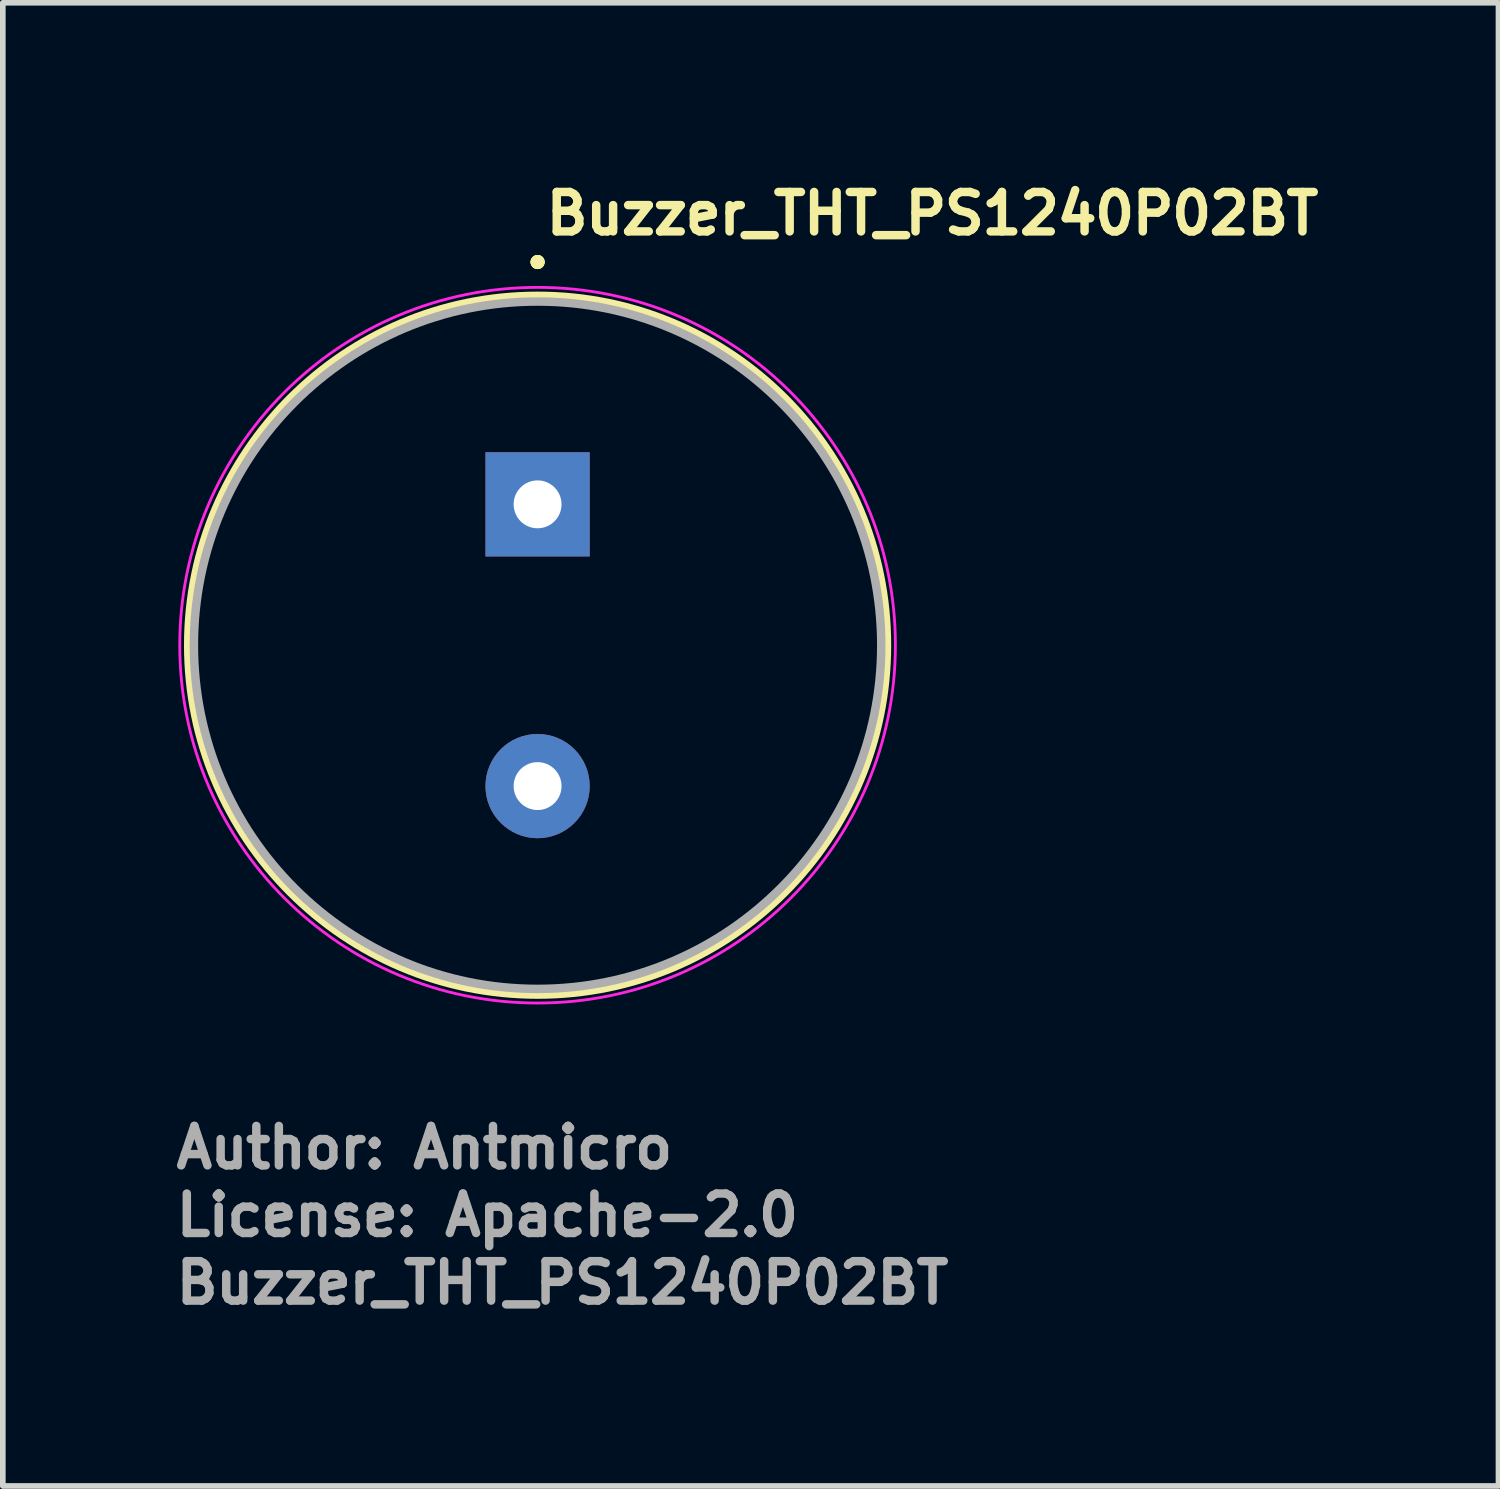
<source format=kicad_pcb>
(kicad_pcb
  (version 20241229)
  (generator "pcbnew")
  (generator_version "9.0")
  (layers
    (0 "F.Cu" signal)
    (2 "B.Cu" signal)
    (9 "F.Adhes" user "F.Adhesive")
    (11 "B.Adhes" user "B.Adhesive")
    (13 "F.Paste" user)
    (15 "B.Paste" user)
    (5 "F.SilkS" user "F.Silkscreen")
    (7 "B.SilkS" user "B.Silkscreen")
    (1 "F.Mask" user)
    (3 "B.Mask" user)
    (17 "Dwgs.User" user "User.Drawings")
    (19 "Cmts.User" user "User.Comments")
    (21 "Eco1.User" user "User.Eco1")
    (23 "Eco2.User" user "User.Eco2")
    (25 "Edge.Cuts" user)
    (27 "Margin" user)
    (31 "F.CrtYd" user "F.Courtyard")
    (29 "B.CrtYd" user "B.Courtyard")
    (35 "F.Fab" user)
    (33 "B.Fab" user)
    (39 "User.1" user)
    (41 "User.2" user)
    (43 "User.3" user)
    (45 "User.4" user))
  (footprint "Buzzer_THT_PS1240P02BT"
    (layer "F.Cu")
    (at 6.49 5.9)
    (property "Reference" "Buzzer_THT_PS1240P02BT" (at 0.075 -4.75 0) (layer "F.SilkS") (effects (font (size 0.7 0.7) (thickness 0.15)) (justify left bottom)))
    (attr through_hole)
    (fp_circle (center 0 -4.3) (end 0.05 -4.3) (stroke (width 0.15) (type solid)) (fill yes) (layer "F.SilkS"))
    (fp_circle (center 0 -4.3) (end 0.05 -4.3) (stroke (width 0.15) (type solid)) (fill yes) (layer "F.SilkS"))
    (fp_circle (center 0 -4.3) (end 0.05 -4.3) (stroke (width 0.15) (type solid)) (fill yes) (layer "F.SilkS"))
    (fp_circle (center 0 2.5) (end 6.2 2.5) (stroke (width 0.15) (type solid)) (fill no) (layer "F.SilkS"))
    (fp_circle (center 0 2.5) (end 6.35 2.5) (stroke (width 0.05) (type solid)) (fill no) (layer "F.CrtYd"))
    (fp_circle (center 0 2.5) (end 6.099 2.5) (stroke (width 0.15) (type solid)) (fill no) (layer "F.Fab"))
    (fp_rect (start -6.099 -3.6) (end 6.099 8.6) (stroke (width 0.1) (type solid)) (fill no) (layer "User.5"))
    (fp_line (start -6.099 2.5) (end -6.099 2.5) (stroke (width 0.02) (type solid)) (layer "User.9"))
    (fp_line (start -6.099 2.5) (end -6.091 2.813) (stroke (width 0.02) (type solid)) (layer "User.9"))
    (fp_line (start -6.091 2.186) (end -6.099 2.5) (stroke (width 0.02) (type solid)) (layer "User.9"))
    (fp_line (start -6.091 2.813) (end -6.067 3.123) (stroke (width 0.02) (type solid)) (layer "User.9"))
    (fp_line (start -6.067 1.875) (end -6.091 2.186) (stroke (width 0.02) (type solid)) (layer "User.9"))
    (fp_line (start -6.067 3.123) (end -6.029 3.428) (stroke (width 0.02) (type solid)) (layer "User.9"))
    (fp_line (start -6.029 1.571) (end -6.067 1.875) (stroke (width 0.02) (type solid)) (layer "User.9"))
    (fp_line (start -6.029 3.428) (end -5.976 3.729) (stroke (width 0.02) (type solid)) (layer "User.9"))
    (fp_line (start -5.976 1.27) (end -6.029 1.571) (stroke (width 0.02) (type solid)) (layer "User.9"))
    (fp_line (start -5.976 3.729) (end -5.907 4.024) (stroke (width 0.02) (type solid)) (layer "User.9"))
    (fp_line (start -5.907 0.975) (end -5.976 1.27) (stroke (width 0.02) (type solid)) (layer "User.9"))
    (fp_line (start -5.907 4.024) (end -5.825 4.313) (stroke (width 0.02) (type solid)) (layer "User.9"))
    (fp_line (start -5.825 0.686) (end -5.907 0.975) (stroke (width 0.02) (type solid)) (layer "User.9"))
    (fp_line (start -5.825 4.313) (end -5.729 4.597) (stroke (width 0.02) (type solid)) (layer "User.9"))
    (fp_line (start -5.729 0.402) (end -5.825 0.686) (stroke (width 0.02) (type solid)) (layer "User.9"))
    (fp_line (start -5.729 4.597) (end -5.62 4.874) (stroke (width 0.02) (type solid)) (layer "User.9"))
    (fp_line (start -5.62 0.125) (end -5.729 0.402) (stroke (width 0.02) (type solid)) (layer "User.9"))
    (fp_line (start -5.62 4.874) (end -5.498 5.144) (stroke (width 0.02) (type solid)) (layer "User.9"))
    (fp_line (start -5.498 -0.144) (end -5.62 0.125) (stroke (width 0.02) (type solid)) (layer "User.9"))
    (fp_line (start -5.498 5.144) (end -5.363 5.407) (stroke (width 0.02) (type solid)) (layer "User.9"))
    (fp_line (start -5.363 -0.406) (end -5.498 -0.144) (stroke (width 0.02) (type solid)) (layer "User.9"))
    (fp_line (start -5.363 5.407) (end -5.216 5.663) (stroke (width 0.02) (type solid)) (layer "User.9"))
    (fp_line (start -5.216 -0.663) (end -5.363 -0.406) (stroke (width 0.02) (type solid)) (layer "User.9"))
    (fp_line (start -5.216 5.663) (end -5.058 5.91) (stroke (width 0.02) (type solid)) (layer "User.9"))
    (fp_line (start -5.058 -0.91) (end -5.216 -0.663) (stroke (width 0.02) (type solid)) (layer "User.9"))
    (fp_line (start -5.058 5.91) (end -4.888 6.149) (stroke (width 0.02) (type solid)) (layer "User.9"))
    (fp_line (start -4.888 -1.149) (end -5.058 -0.91) (stroke (width 0.02) (type solid)) (layer "User.9"))
    (fp_line (start -4.888 6.149) (end -4.707 6.38) (stroke (width 0.02) (type solid)) (layer "User.9"))
    (fp_line (start -4.707 -1.379) (end -4.888 -1.149) (stroke (width 0.02) (type solid)) (layer "User.9"))
    (fp_line (start -4.707 6.38) (end -4.515 6.601) (stroke (width 0.02) (type solid)) (layer "User.9"))
    (fp_line (start -4.515 -1.601) (end -4.707 -1.379) (stroke (width 0.02) (type solid)) (layer "User.9"))
    (fp_line (start -4.515 6.601) (end -4.313 6.813) (stroke (width 0.02) (type solid)) (layer "User.9"))
    (fp_line (start -4.313 -1.813) (end -4.515 -1.601) (stroke (width 0.02) (type solid)) (layer "User.9"))
    (fp_line (start -4.313 6.813) (end -4.101 7.014) (stroke (width 0.02) (type solid)) (layer "User.9"))
    (fp_line (start -4.101 -2.015) (end -4.313 -1.813) (stroke (width 0.02) (type solid)) (layer "User.9"))
    (fp_line (start -4.101 7.014) (end -3.88 7.207) (stroke (width 0.02) (type solid)) (layer "User.9"))
    (fp_line (start -3.88 -2.207) (end -4.101 -2.015) (stroke (width 0.02) (type solid)) (layer "User.9"))
    (fp_line (start -3.88 7.207) (end -3.649 7.388) (stroke (width 0.02) (type solid)) (layer "User.9"))
    (fp_line (start -3.649 -2.388) (end -3.88 -2.207) (stroke (width 0.02) (type solid)) (layer "User.9"))
    (fp_line (start -3.649 7.388) (end -3.41 7.558) (stroke (width 0.02) (type solid)) (layer "User.9"))
    (fp_line (start -3.41 -2.558) (end -3.649 -2.388) (stroke (width 0.02) (type solid)) (layer "User.9"))
    (fp_line (start -3.41 7.558) (end -3.162 7.716) (stroke (width 0.02) (type solid)) (layer "User.9"))
    (fp_line (start -3.162 -2.716) (end -3.41 -2.558) (stroke (width 0.02) (type solid)) (layer "User.9"))
    (fp_line (start -3.162 7.716) (end -2.907 7.863) (stroke (width 0.02) (type solid)) (layer "User.9"))
    (fp_line (start -2.907 -2.863) (end -3.162 -2.716) (stroke (width 0.02) (type solid)) (layer "User.9"))
    (fp_line (start -2.907 7.863) (end -2.644 7.998) (stroke (width 0.02) (type solid)) (layer "User.9"))
    (fp_line (start -2.644 -2.998) (end -2.907 -2.863) (stroke (width 0.02) (type solid)) (layer "User.9"))
    (fp_line (start -2.644 7.998) (end -2.374 8.119) (stroke (width 0.02) (type solid)) (layer "User.9"))
    (fp_line (start -2.374 -3.12) (end -2.644 -2.998) (stroke (width 0.02) (type solid)) (layer "User.9"))
    (fp_line (start -2.374 8.119) (end -2.097 8.228) (stroke (width 0.02) (type solid)) (layer "User.9"))
    (fp_line (start -2.097 -3.229) (end -2.374 -3.12) (stroke (width 0.02) (type solid)) (layer "User.9"))
    (fp_line (start -2.097 8.228) (end -1.813 8.325) (stroke (width 0.02) (type solid)) (layer "User.9"))
    (fp_line (start -1.813 -3.325) (end -2.097 -3.229) (stroke (width 0.02) (type solid)) (layer "User.9"))
    (fp_line (start -1.813 8.325) (end -1.524 8.407) (stroke (width 0.02) (type solid)) (layer "User.9"))
    (fp_line (start -1.524 -3.407) (end -1.813 -3.325) (stroke (width 0.02) (type solid)) (layer "User.9"))
    (fp_line (start -1.524 8.407) (end -1.229 8.476) (stroke (width 0.02) (type solid)) (layer "User.9"))
    (fp_line (start -1.25 2.5) (end -1.25 2.5) (stroke (width 0.02) (type solid)) (layer "User.9"))
    (fp_line (start -1.25 2.5) (end -1.248 2.564) (stroke (width 0.02) (type solid)) (layer "User.9"))
    (fp_line (start -1.248 2.435) (end -1.25 2.5) (stroke (width 0.02) (type solid)) (layer "User.9"))
    (fp_line (start -1.248 2.564) (end -1.243 2.626) (stroke (width 0.02) (type solid)) (layer "User.9"))
    (fp_line (start -1.243 2.372) (end -1.248 2.435) (stroke (width 0.02) (type solid)) (layer "User.9"))
    (fp_line (start -1.243 2.626) (end -1.235 2.69) (stroke (width 0.02) (type solid)) (layer "User.9"))
    (fp_line (start -1.235 2.309) (end -1.243 2.372) (stroke (width 0.02) (type solid)) (layer "User.9"))
    (fp_line (start -1.235 2.69) (end -1.224 2.751) (stroke (width 0.02) (type solid)) (layer "User.9"))
    (fp_line (start -1.229 -3.476) (end -1.524 -3.407) (stroke (width 0.02) (type solid)) (layer "User.9"))
    (fp_line (start -1.229 8.476) (end -0.928 8.529) (stroke (width 0.02) (type solid)) (layer "User.9"))
    (fp_line (start -1.224 2.248) (end -1.235 2.309) (stroke (width 0.02) (type solid)) (layer "User.9"))
    (fp_line (start -1.224 2.751) (end -1.21 2.812) (stroke (width 0.02) (type solid)) (layer "User.9"))
    (fp_line (start -1.21 2.187) (end -1.224 2.248) (stroke (width 0.02) (type solid)) (layer "User.9"))
    (fp_line (start -1.21 2.812) (end -1.193 2.871) (stroke (width 0.02) (type solid)) (layer "User.9"))
    (fp_line (start -1.193 2.128) (end -1.21 2.187) (stroke (width 0.02) (type solid)) (layer "User.9"))
    (fp_line (start -1.193 2.871) (end -1.174 2.928) (stroke (width 0.02) (type solid)) (layer "User.9"))
    (fp_line (start -1.174 2.07) (end -1.193 2.128) (stroke (width 0.02) (type solid)) (layer "User.9"))
    (fp_line (start -1.174 2.928) (end -1.151 2.986) (stroke (width 0.02) (type solid)) (layer "User.9"))
    (fp_line (start -1.151 2.012) (end -1.174 2.07) (stroke (width 0.02) (type solid)) (layer "User.9"))
    (fp_line (start -1.151 2.986) (end -1.125 3.041) (stroke (width 0.02) (type solid)) (layer "User.9"))
    (fp_line (start -1.125 1.958) (end -1.151 2.012) (stroke (width 0.02) (type solid)) (layer "User.9"))
    (fp_line (start -1.125 3.041) (end -1.099 3.095) (stroke (width 0.02) (type solid)) (layer "User.9"))
    (fp_line (start -1.099 1.903) (end -1.125 1.958) (stroke (width 0.02) (type solid)) (layer "User.9"))
    (fp_line (start -1.099 3.095) (end -1.069 3.148) (stroke (width 0.02) (type solid)) (layer "User.9"))
    (fp_line (start -1.069 1.851) (end -1.099 1.903) (stroke (width 0.02) (type solid)) (layer "User.9"))
    (fp_line (start -1.069 3.148) (end -1.036 3.198) (stroke (width 0.02) (type solid)) (layer "User.9"))
    (fp_line (start -1.036 1.801) (end -1.069 1.851) (stroke (width 0.02) (type solid)) (layer "User.9"))
    (fp_line (start -1.036 3.198) (end -1 3.247) (stroke (width 0.02) (type solid)) (layer "User.9"))
    (fp_line (start -1 1.752) (end -1.036 1.801) (stroke (width 0.02) (type solid)) (layer "User.9"))
    (fp_line (start -1 3.247) (end -0.964 3.295) (stroke (width 0.02) (type solid)) (layer "User.9"))
    (fp_line (start -0.964 1.704) (end -1 1.752) (stroke (width 0.02) (type solid)) (layer "User.9"))
    (fp_line (start -0.964 3.295) (end -0.925 3.34) (stroke (width 0.02) (type solid)) (layer "User.9"))
    (fp_line (start -0.928 -3.529) (end -1.229 -3.476) (stroke (width 0.02) (type solid)) (layer "User.9"))
    (fp_line (start -0.928 8.529) (end -0.623 8.568) (stroke (width 0.02) (type solid)) (layer "User.9"))
    (fp_line (start -0.925 1.659) (end -0.964 1.704) (stroke (width 0.02) (type solid)) (layer "User.9"))
    (fp_line (start -0.925 3.34) (end -0.883 3.383) (stroke (width 0.02) (type solid)) (layer "User.9"))
    (fp_line (start -0.883 1.616) (end -0.925 1.659) (stroke (width 0.02) (type solid)) (layer "User.9"))
    (fp_line (start -0.883 3.383) (end -0.84 3.424) (stroke (width 0.02) (type solid)) (layer "User.9"))
    (fp_line (start -0.84 1.574) (end -0.883 1.616) (stroke (width 0.02) (type solid)) (layer "User.9"))
    (fp_line (start -0.84 3.424) (end -0.795 3.464) (stroke (width 0.02) (type solid)) (layer "User.9"))
    (fp_line (start -0.795 1.535) (end -0.84 1.574) (stroke (width 0.02) (type solid)) (layer "User.9"))
    (fp_line (start -0.795 3.464) (end -0.747 3.501) (stroke (width 0.02) (type solid)) (layer "User.9"))
    (fp_line (start -0.747 1.498) (end -0.795 1.535) (stroke (width 0.02) (type solid)) (layer "User.9"))
    (fp_line (start -0.747 3.501) (end -0.697 3.536) (stroke (width 0.02) (type solid)) (layer "User.9"))
    (fp_line (start -0.697 1.463) (end -0.747 1.498) (stroke (width 0.02) (type solid)) (layer "User.9"))
    (fp_line (start -0.697 3.536) (end -0.648 3.569) (stroke (width 0.02) (type solid)) (layer "User.9"))
    (fp_line (start -0.648 1.43) (end -0.697 1.463) (stroke (width 0.02) (type solid)) (layer "User.9"))
    (fp_line (start -0.648 3.569) (end -0.595 3.599) (stroke (width 0.02) (type solid)) (layer "User.9"))
    (fp_line (start -0.623 -3.568) (end -0.928 -3.529) (stroke (width 0.02) (type solid)) (layer "User.9"))
    (fp_line (start -0.623 8.568) (end -0.313 8.592) (stroke (width 0.02) (type solid)) (layer "User.9"))
    (fp_line (start -0.595 1.399) (end -0.648 1.43) (stroke (width 0.02) (type solid)) (layer "User.9"))
    (fp_line (start -0.595 3.599) (end -0.541 3.626) (stroke (width 0.02) (type solid)) (layer "User.9"))
    (fp_line (start -0.541 1.373) (end -0.595 1.399) (stroke (width 0.02) (type solid)) (layer "User.9"))
    (fp_line (start -0.541 3.626) (end -0.486 3.65) (stroke (width 0.02) (type solid)) (layer "User.9"))
    (fp_line (start -0.486 1.348) (end -0.541 1.373) (stroke (width 0.02) (type solid)) (layer "User.9"))
    (fp_line (start -0.486 3.65) (end -0.429 3.674) (stroke (width 0.02) (type solid)) (layer "User.9"))
    (fp_line (start -0.429 1.325) (end -0.486 1.348) (stroke (width 0.02) (type solid)) (layer "User.9"))
    (fp_line (start -0.429 3.674) (end -0.371 3.693) (stroke (width 0.02) (type solid)) (layer "User.9"))
    (fp_line (start -0.371 1.306) (end -0.429 1.325) (stroke (width 0.02) (type solid)) (layer "User.9"))
    (fp_line (start -0.371 3.693) (end -0.312 3.71) (stroke (width 0.02) (type solid)) (layer "User.9"))
    (fp_line (start -0.313 -3.592) (end -0.623 -3.568) (stroke (width 0.02) (type solid)) (layer "User.9"))
    (fp_line (start -0.313 8.592) (end 0 8.6) (stroke (width 0.02) (type solid)) (layer "User.9"))
    (fp_line (start -0.312 1.289) (end -0.371 1.306) (stroke (width 0.02) (type solid)) (layer "User.9"))
    (fp_line (start -0.312 3.71) (end -0.251 3.724) (stroke (width 0.02) (type solid)) (layer "User.9"))
    (fp_line (start -0.251 1.274) (end -0.312 1.289) (stroke (width 0.02) (type solid)) (layer "User.9"))
    (fp_line (start -0.251 3.724) (end -0.19 3.735) (stroke (width 0.02) (type solid)) (layer "User.9"))
    (fp_line (start -0.25 2.5) (end -0.25 2.5) (stroke (width 0.02) (type solid)) (layer "User.9"))
    (fp_line (start -0.25 2.5) (end -0.249 2.512) (stroke (width 0.02) (type solid)) (layer "User.9"))
    (fp_line (start -0.249 2.487) (end -0.25 2.5) (stroke (width 0.02) (type solid)) (layer "User.9"))
    (fp_line (start -0.249 2.512) (end -0.248 2.525) (stroke (width 0.02) (type solid)) (layer "User.9"))
    (fp_line (start -0.248 2.474) (end -0.249 2.487) (stroke (width 0.02) (type solid)) (layer "User.9"))
    (fp_line (start -0.248 2.525) (end -0.247 2.537) (stroke (width 0.02) (type solid)) (layer "User.9"))
    (fp_line (start -0.247 2.461) (end -0.248 2.474) (stroke (width 0.02) (type solid)) (layer "User.9"))
    (fp_line (start -0.247 2.537) (end -0.244 2.549) (stroke (width 0.02) (type solid)) (layer "User.9"))
    (fp_line (start -0.244 2.449) (end -0.247 2.461) (stroke (width 0.02) (type solid)) (layer "User.9"))
    (fp_line (start -0.244 2.549) (end -0.242 2.562) (stroke (width 0.02) (type solid)) (layer "User.9"))
    (fp_line (start -0.242 2.437) (end -0.244 2.449) (stroke (width 0.02) (type solid)) (layer "User.9"))
    (fp_line (start -0.242 2.562) (end -0.237 2.574) (stroke (width 0.02) (type solid)) (layer "User.9"))
    (fp_line (start -0.237 2.424) (end -0.242 2.437) (stroke (width 0.02) (type solid)) (layer "User.9"))
    (fp_line (start -0.237 2.574) (end -0.234 2.585) (stroke (width 0.02) (type solid)) (layer "User.9"))
    (fp_line (start -0.234 2.414) (end -0.237 2.424) (stroke (width 0.02) (type solid)) (layer "User.9"))
    (fp_line (start -0.234 2.585) (end -0.23 2.597) (stroke (width 0.02) (type solid)) (layer "User.9"))
    (fp_line (start -0.23 2.402) (end -0.234 2.414) (stroke (width 0.02) (type solid)) (layer "User.9"))
    (fp_line (start -0.23 2.597) (end -0.225 2.608) (stroke (width 0.02) (type solid)) (layer "User.9"))
    (fp_line (start -0.225 2.391) (end -0.23 2.402) (stroke (width 0.02) (type solid)) (layer "User.9"))
    (fp_line (start -0.225 2.608) (end -0.219 2.619) (stroke (width 0.02) (type solid)) (layer "User.9"))
    (fp_line (start -0.219 2.38) (end -0.225 2.391) (stroke (width 0.02) (type solid)) (layer "User.9"))
    (fp_line (start -0.219 2.619) (end -0.213 2.629) (stroke (width 0.02) (type solid)) (layer "User.9"))
    (fp_line (start -0.213 2.37) (end -0.219 2.38) (stroke (width 0.02) (type solid)) (layer "User.9"))
    (fp_line (start -0.213 2.629) (end -0.206 2.638) (stroke (width 0.02) (type solid)) (layer "User.9"))
    (fp_line (start -0.206 2.36) (end -0.213 2.37) (stroke (width 0.02) (type solid)) (layer "User.9"))
    (fp_line (start -0.206 2.638) (end -0.2 2.649) (stroke (width 0.02) (type solid)) (layer "User.9"))
    (fp_line (start -0.2 2.35) (end -0.206 2.36) (stroke (width 0.02) (type solid)) (layer "User.9"))
    (fp_line (start -0.2 2.649) (end -0.192 2.658) (stroke (width 0.02) (type solid)) (layer "User.9"))
    (fp_line (start -0.192 2.34) (end -0.2 2.35) (stroke (width 0.02) (type solid)) (layer "User.9"))
    (fp_line (start -0.192 2.658) (end -0.185 2.668) (stroke (width 0.02) (type solid)) (layer "User.9"))
    (fp_line (start -0.19 1.264) (end -0.251 1.274) (stroke (width 0.02) (type solid)) (layer "User.9"))
    (fp_line (start -0.19 3.735) (end -0.127 3.743) (stroke (width 0.02) (type solid)) (layer "User.9"))
    (fp_line (start -0.185 2.331) (end -0.192 2.34) (stroke (width 0.02) (type solid)) (layer "User.9"))
    (fp_line (start -0.185 2.668) (end -0.176 2.676) (stroke (width 0.02) (type solid)) (layer "User.9"))
    (fp_line (start -0.176 2.323) (end -0.185 2.331) (stroke (width 0.02) (type solid)) (layer "User.9"))
    (fp_line (start -0.176 2.676) (end -0.168 2.685) (stroke (width 0.02) (type solid)) (layer "User.9"))
    (fp_line (start -0.168 2.314) (end -0.176 2.323) (stroke (width 0.02) (type solid)) (layer "User.9"))
    (fp_line (start -0.168 2.685) (end -0.159 2.692) (stroke (width 0.02) (type solid)) (layer "User.9"))
    (fp_line (start -0.159 2.307) (end -0.168 2.314) (stroke (width 0.02) (type solid)) (layer "User.9"))
    (fp_line (start -0.159 2.692) (end -0.149 2.7) (stroke (width 0.02) (type solid)) (layer "User.9"))
    (fp_line (start -0.149 2.299) (end -0.159 2.307) (stroke (width 0.02) (type solid)) (layer "User.9"))
    (fp_line (start -0.149 2.7) (end -0.139 2.707) (stroke (width 0.02) (type solid)) (layer "User.9"))
    (fp_line (start -0.139 2.291) (end -0.149 2.299) (stroke (width 0.02) (type solid)) (layer "User.9"))
    (fp_line (start -0.139 2.707) (end -0.129 2.713) (stroke (width 0.02) (type solid)) (layer "User.9"))
    (fp_line (start -0.129 2.286) (end -0.139 2.291) (stroke (width 0.02) (type solid)) (layer "User.9"))
    (fp_line (start -0.129 2.713) (end -0.118 2.719) (stroke (width 0.02) (type solid)) (layer "User.9"))
    (fp_line (start -0.127 1.256) (end -0.19 1.264) (stroke (width 0.02) (type solid)) (layer "User.9"))
    (fp_line (start -0.127 3.743) (end -0.064 3.748) (stroke (width 0.02) (type solid)) (layer "User.9"))
    (fp_line (start -0.118 2.279) (end -0.129 2.286) (stroke (width 0.02) (type solid)) (layer "User.9"))
    (fp_line (start -0.118 2.719) (end -0.108 2.725) (stroke (width 0.02) (type solid)) (layer "User.9"))
    (fp_line (start -0.108 2.274) (end -0.118 2.279) (stroke (width 0.02) (type solid)) (layer "User.9"))
    (fp_line (start -0.108 2.725) (end -0.097 2.73) (stroke (width 0.02) (type solid)) (layer "User.9"))
    (fp_line (start -0.097 2.269) (end -0.108 2.274) (stroke (width 0.02) (type solid)) (layer "User.9"))
    (fp_line (start -0.097 2.73) (end -0.085 2.734) (stroke (width 0.02) (type solid)) (layer "User.9"))
    (fp_line (start -0.085 2.265) (end -0.097 2.269) (stroke (width 0.02) (type solid)) (layer "User.9"))
    (fp_line (start -0.085 2.734) (end -0.074 2.738) (stroke (width 0.02) (type solid)) (layer "User.9"))
    (fp_line (start -0.074 2.261) (end -0.085 2.265) (stroke (width 0.02) (type solid)) (layer "User.9"))
    (fp_line (start -0.074 2.738) (end -0.062 2.742) (stroke (width 0.02) (type solid)) (layer "User.9"))
    (fp_line (start -0.064 1.25) (end -0.127 1.256) (stroke (width 0.02) (type solid)) (layer "User.9"))
    (fp_line (start -0.064 3.748) (end 0 3.75) (stroke (width 0.02) (type solid)) (layer "User.9"))
    (fp_line (start -0.062 2.257) (end -0.074 2.261) (stroke (width 0.02) (type solid)) (layer "User.9"))
    (fp_line (start -0.062 2.742) (end -0.05 2.744) (stroke (width 0.02) (type solid)) (layer "User.9"))
    (fp_line (start -0.05 2.255) (end -0.062 2.257) (stroke (width 0.02) (type solid)) (layer "User.9"))
    (fp_line (start -0.05 2.744) (end -0.038 2.747) (stroke (width 0.02) (type solid)) (layer "User.9"))
    (fp_line (start -0.038 2.251) (end -0.05 2.255) (stroke (width 0.02) (type solid)) (layer "User.9"))
    (fp_line (start -0.038 2.747) (end -0.025 2.748) (stroke (width 0.02) (type solid)) (layer "User.9"))
    (fp_line (start -0.025 2.251) (end -0.038 2.251) (stroke (width 0.02) (type solid)) (layer "User.9"))
    (fp_line (start -0.025 2.748) (end -0.012 2.749) (stroke (width 0.02) (type solid)) (layer "User.9"))
    (fp_line (start -0.012 2.25) (end -0.025 2.251) (stroke (width 0.02) (type solid)) (layer "User.9"))
    (fp_line (start -0.012 2.749) (end 0 2.75) (stroke (width 0.02) (type solid)) (layer "User.9"))
    (fp_line (start 0 -3.6) (end -0.313 -3.592) (stroke (width 0.02) (type solid)) (layer "User.9"))
    (fp_line (start 0 -3.6) (end 0 -3.6) (stroke (width 0.02) (type solid)) (layer "User.9"))
    (fp_line (start 0 1.25) (end -0.064 1.25) (stroke (width 0.02) (type solid)) (layer "User.9"))
    (fp_line (start 0 1.25) (end 0 1.25) (stroke (width 0.02) (type solid)) (layer "User.9"))
    (fp_line (start 0 2.25) (end -0.012 2.25) (stroke (width 0.02) (type solid)) (layer "User.9"))
    (fp_line (start 0 2.25) (end 0 2.25) (stroke (width 0.02) (type solid)) (layer "User.9"))
    (fp_line (start 0 2.75) (end 0 2.75) (stroke (width 0.02) (type solid)) (layer "User.9"))
    (fp_line (start 0 2.75) (end 0.012 2.749) (stroke (width 0.02) (type solid)) (layer "User.9"))
    (fp_line (start 0 3.75) (end 0 3.75) (stroke (width 0.02) (type solid)) (layer "User.9"))
    (fp_line (start 0 3.75) (end 0.064 3.748) (stroke (width 0.02) (type solid)) (layer "User.9"))
    (fp_line (start 0 8.6) (end 0 8.6) (stroke (width 0.02) (type solid)) (layer "User.9"))
    (fp_line (start 0 8.6) (end 0.313 8.592) (stroke (width 0.02) (type solid)) (layer "User.9"))
    (fp_line (start 0.012 2.25) (end 0 2.25) (stroke (width 0.02) (type solid)) (layer "User.9"))
    (fp_line (start 0.012 2.749) (end 0.025 2.748) (stroke (width 0.02) (type solid)) (layer "User.9"))
    (fp_line (start 0.025 2.251) (end 0.012 2.25) (stroke (width 0.02) (type solid)) (layer "User.9"))
    (fp_line (start 0.025 2.748) (end 0.038 2.747) (stroke (width 0.02) (type solid)) (layer "User.9"))
    (fp_line (start 0.038 2.251) (end 0.025 2.251) (stroke (width 0.02) (type solid)) (layer "User.9"))
    (fp_line (start 0.038 2.747) (end 0.05 2.744) (stroke (width 0.02) (type solid)) (layer "User.9"))
    (fp_line (start 0.05 2.255) (end 0.038 2.251) (stroke (width 0.02) (type solid)) (layer "User.9"))
    (fp_line (start 0.05 2.744) (end 0.062 2.742) (stroke (width 0.02) (type solid)) (layer "User.9"))
    (fp_line (start 0.062 2.257) (end 0.05 2.255) (stroke (width 0.02) (type solid)) (layer "User.9"))
    (fp_line (start 0.062 2.742) (end 0.074 2.738) (stroke (width 0.02) (type solid)) (layer "User.9"))
    (fp_line (start 0.064 1.25) (end 0 1.25) (stroke (width 0.02) (type solid)) (layer "User.9"))
    (fp_line (start 0.064 3.748) (end 0.127 3.743) (stroke (width 0.02) (type solid)) (layer "User.9"))
    (fp_line (start 0.074 2.261) (end 0.062 2.257) (stroke (width 0.02) (type solid)) (layer "User.9"))
    (fp_line (start 0.074 2.738) (end 0.085 2.734) (stroke (width 0.02) (type solid)) (layer "User.9"))
    (fp_line (start 0.085 2.265) (end 0.074 2.261) (stroke (width 0.02) (type solid)) (layer "User.9"))
    (fp_line (start 0.085 2.734) (end 0.097 2.73) (stroke (width 0.02) (type solid)) (layer "User.9"))
    (fp_line (start 0.097 2.269) (end 0.085 2.265) (stroke (width 0.02) (type solid)) (layer "User.9"))
    (fp_line (start 0.097 2.73) (end 0.108 2.725) (stroke (width 0.02) (type solid)) (layer "User.9"))
    (fp_line (start 0.108 2.274) (end 0.097 2.269) (stroke (width 0.02) (type solid)) (layer "User.9"))
    (fp_line (start 0.108 2.725) (end 0.118 2.719) (stroke (width 0.02) (type solid)) (layer "User.9"))
    (fp_line (start 0.118 2.279) (end 0.108 2.274) (stroke (width 0.02) (type solid)) (layer "User.9"))
    (fp_line (start 0.118 2.719) (end 0.129 2.713) (stroke (width 0.02) (type solid)) (layer "User.9"))
    (fp_line (start 0.127 1.256) (end 0.064 1.25) (stroke (width 0.02) (type solid)) (layer "User.9"))
    (fp_line (start 0.127 3.743) (end 0.19 3.735) (stroke (width 0.02) (type solid)) (layer "User.9"))
    (fp_line (start 0.129 2.286) (end 0.118 2.279) (stroke (width 0.02) (type solid)) (layer "User.9"))
    (fp_line (start 0.129 2.713) (end 0.139 2.707) (stroke (width 0.02) (type solid)) (layer "User.9"))
    (fp_line (start 0.139 2.291) (end 0.129 2.286) (stroke (width 0.02) (type solid)) (layer "User.9"))
    (fp_line (start 0.139 2.707) (end 0.149 2.7) (stroke (width 0.02) (type solid)) (layer "User.9"))
    (fp_line (start 0.149 2.299) (end 0.139 2.291) (stroke (width 0.02) (type solid)) (layer "User.9"))
    (fp_line (start 0.149 2.7) (end 0.159 2.692) (stroke (width 0.02) (type solid)) (layer "User.9"))
    (fp_line (start 0.159 2.307) (end 0.149 2.299) (stroke (width 0.02) (type solid)) (layer "User.9"))
    (fp_line (start 0.159 2.692) (end 0.168 2.685) (stroke (width 0.02) (type solid)) (layer "User.9"))
    (fp_line (start 0.168 2.314) (end 0.159 2.307) (stroke (width 0.02) (type solid)) (layer "User.9"))
    (fp_line (start 0.168 2.685) (end 0.176 2.676) (stroke (width 0.02) (type solid)) (layer "User.9"))
    (fp_line (start 0.176 2.323) (end 0.168 2.314) (stroke (width 0.02) (type solid)) (layer "User.9"))
    (fp_line (start 0.176 2.676) (end 0.185 2.668) (stroke (width 0.02) (type solid)) (layer "User.9"))
    (fp_line (start 0.185 2.331) (end 0.176 2.323) (stroke (width 0.02) (type solid)) (layer "User.9"))
    (fp_line (start 0.185 2.668) (end 0.192 2.658) (stroke (width 0.02) (type solid)) (layer "User.9"))
    (fp_line (start 0.19 1.264) (end 0.127 1.256) (stroke (width 0.02) (type solid)) (layer "User.9"))
    (fp_line (start 0.19 3.735) (end 0.251 3.724) (stroke (width 0.02) (type solid)) (layer "User.9"))
    (fp_line (start 0.192 2.34) (end 0.185 2.331) (stroke (width 0.02) (type solid)) (layer "User.9"))
    (fp_line (start 0.192 2.658) (end 0.2 2.649) (stroke (width 0.02) (type solid)) (layer "User.9"))
    (fp_line (start 0.2 2.35) (end 0.192 2.34) (stroke (width 0.02) (type solid)) (layer "User.9"))
    (fp_line (start 0.2 2.649) (end 0.206 2.638) (stroke (width 0.02) (type solid)) (layer "User.9"))
    (fp_line (start 0.206 2.36) (end 0.2 2.35) (stroke (width 0.02) (type solid)) (layer "User.9"))
    (fp_line (start 0.206 2.638) (end 0.213 2.629) (stroke (width 0.02) (type solid)) (layer "User.9"))
    (fp_line (start 0.213 2.37) (end 0.206 2.36) (stroke (width 0.02) (type solid)) (layer "User.9"))
    (fp_line (start 0.213 2.629) (end 0.219 2.619) (stroke (width 0.02) (type solid)) (layer "User.9"))
    (fp_line (start 0.219 2.38) (end 0.213 2.37) (stroke (width 0.02) (type solid)) (layer "User.9"))
    (fp_line (start 0.219 2.619) (end 0.225 2.608) (stroke (width 0.02) (type solid)) (layer "User.9"))
    (fp_line (start 0.225 2.391) (end 0.219 2.38) (stroke (width 0.02) (type solid)) (layer "User.9"))
    (fp_line (start 0.225 2.608) (end 0.23 2.597) (stroke (width 0.02) (type solid)) (layer "User.9"))
    (fp_line (start 0.23 2.402) (end 0.225 2.391) (stroke (width 0.02) (type solid)) (layer "User.9"))
    (fp_line (start 0.23 2.597) (end 0.234 2.585) (stroke (width 0.02) (type solid)) (layer "User.9"))
    (fp_line (start 0.234 2.414) (end 0.23 2.402) (stroke (width 0.02) (type solid)) (layer "User.9"))
    (fp_line (start 0.234 2.585) (end 0.237 2.574) (stroke (width 0.02) (type solid)) (layer "User.9"))
    (fp_line (start 0.237 2.424) (end 0.234 2.414) (stroke (width 0.02) (type solid)) (layer "User.9"))
    (fp_line (start 0.237 2.574) (end 0.242 2.562) (stroke (width 0.02) (type solid)) (layer "User.9"))
    (fp_line (start 0.242 2.437) (end 0.237 2.424) (stroke (width 0.02) (type solid)) (layer "User.9"))
    (fp_line (start 0.242 2.562) (end 0.244 2.549) (stroke (width 0.02) (type solid)) (layer "User.9"))
    (fp_line (start 0.244 2.449) (end 0.242 2.437) (stroke (width 0.02) (type solid)) (layer "User.9"))
    (fp_line (start 0.244 2.549) (end 0.247 2.537) (stroke (width 0.02) (type solid)) (layer "User.9"))
    (fp_line (start 0.247 2.461) (end 0.244 2.449) (stroke (width 0.02) (type solid)) (layer "User.9"))
    (fp_line (start 0.247 2.537) (end 0.248 2.525) (stroke (width 0.02) (type solid)) (layer "User.9"))
    (fp_line (start 0.248 2.474) (end 0.247 2.461) (stroke (width 0.02) (type solid)) (layer "User.9"))
    (fp_line (start 0.248 2.525) (end 0.249 2.512) (stroke (width 0.02) (type solid)) (layer "User.9"))
    (fp_line (start 0.249 2.487) (end 0.248 2.474) (stroke (width 0.02) (type solid)) (layer "User.9"))
    (fp_line (start 0.249 2.512) (end 0.25 2.5) (stroke (width 0.02) (type solid)) (layer "User.9"))
    (fp_line (start 0.25 2.5) (end 0.249 2.487) (stroke (width 0.02) (type solid)) (layer "User.9"))
    (fp_line (start 0.25 2.5) (end 0.25 2.5) (stroke (width 0.02) (type solid)) (layer "User.9"))
    (fp_line (start 0.25 2.5) (end 0.25 2.5) (stroke (width 0.02) (type solid)) (layer "User.9"))
    (fp_line (start 0.251 1.274) (end 0.19 1.264) (stroke (width 0.02) (type solid)) (layer "User.9"))
    (fp_line (start 0.251 3.724) (end 0.312 3.71) (stroke (width 0.02) (type solid)) (layer "User.9"))
    (fp_line (start 0.312 1.289) (end 0.251 1.274) (stroke (width 0.02) (type solid)) (layer "User.9"))
    (fp_line (start 0.312 3.71) (end 0.371 3.693) (stroke (width 0.02) (type solid)) (layer "User.9"))
    (fp_line (start 0.313 -3.592) (end 0 -3.6) (stroke (width 0.02) (type solid)) (layer "User.9"))
    (fp_line (start 0.313 8.592) (end 0.623 8.568) (stroke (width 0.02) (type solid)) (layer "User.9"))
    (fp_line (start 0.371 1.306) (end 0.312 1.289) (stroke (width 0.02) (type solid)) (layer "User.9"))
    (fp_line (start 0.371 3.693) (end 0.429 3.674) (stroke (width 0.02) (type solid)) (layer "User.9"))
    (fp_line (start 0.429 1.325) (end 0.371 1.306) (stroke (width 0.02) (type solid)) (layer "User.9"))
    (fp_line (start 0.429 3.674) (end 0.486 3.65) (stroke (width 0.02) (type solid)) (layer "User.9"))
    (fp_line (start 0.486 1.348) (end 0.429 1.325) (stroke (width 0.02) (type solid)) (layer "User.9"))
    (fp_line (start 0.486 3.65) (end 0.541 3.626) (stroke (width 0.02) (type solid)) (layer "User.9"))
    (fp_line (start 0.541 1.373) (end 0.486 1.348) (stroke (width 0.02) (type solid)) (layer "User.9"))
    (fp_line (start 0.541 3.626) (end 0.595 3.599) (stroke (width 0.02) (type solid)) (layer "User.9"))
    (fp_line (start 0.595 1.399) (end 0.541 1.373) (stroke (width 0.02) (type solid)) (layer "User.9"))
    (fp_line (start 0.595 3.599) (end 0.648 3.569) (stroke (width 0.02) (type solid)) (layer "User.9"))
    (fp_line (start 0.623 -3.568) (end 0.313 -3.592) (stroke (width 0.02) (type solid)) (layer "User.9"))
    (fp_line (start 0.623 8.568) (end 0.928 8.529) (stroke (width 0.02) (type solid)) (layer "User.9"))
    (fp_line (start 0.648 1.43) (end 0.595 1.399) (stroke (width 0.02) (type solid)) (layer "User.9"))
    (fp_line (start 0.648 3.569) (end 0.697 3.536) (stroke (width 0.02) (type solid)) (layer "User.9"))
    (fp_line (start 0.697 1.463) (end 0.648 1.43) (stroke (width 0.02) (type solid)) (layer "User.9"))
    (fp_line (start 0.697 3.536) (end 0.747 3.501) (stroke (width 0.02) (type solid)) (layer "User.9"))
    (fp_line (start 0.747 1.498) (end 0.697 1.463) (stroke (width 0.02) (type solid)) (layer "User.9"))
    (fp_line (start 0.747 3.501) (end 0.795 3.464) (stroke (width 0.02) (type solid)) (layer "User.9"))
    (fp_line (start 0.795 1.535) (end 0.747 1.498) (stroke (width 0.02) (type solid)) (layer "User.9"))
    (fp_line (start 0.795 3.464) (end 0.84 3.424) (stroke (width 0.02) (type solid)) (layer "User.9"))
    (fp_line (start 0.84 1.574) (end 0.795 1.535) (stroke (width 0.02) (type solid)) (layer "User.9"))
    (fp_line (start 0.84 3.424) (end 0.883 3.383) (stroke (width 0.02) (type solid)) (layer "User.9"))
    (fp_line (start 0.883 1.616) (end 0.84 1.574) (stroke (width 0.02) (type solid)) (layer "User.9"))
    (fp_line (start 0.883 3.383) (end 0.925 3.34) (stroke (width 0.02) (type solid)) (layer "User.9"))
    (fp_line (start 0.925 1.659) (end 0.883 1.616) (stroke (width 0.02) (type solid)) (layer "User.9"))
    (fp_line (start 0.925 3.34) (end 0.964 3.295) (stroke (width 0.02) (type solid)) (layer "User.9"))
    (fp_line (start 0.928 -3.529) (end 0.623 -3.568) (stroke (width 0.02) (type solid)) (layer "User.9"))
    (fp_line (start 0.928 8.529) (end 1.229 8.476) (stroke (width 0.02) (type solid)) (layer "User.9"))
    (fp_line (start 0.964 1.704) (end 0.925 1.659) (stroke (width 0.02) (type solid)) (layer "User.9"))
    (fp_line (start 0.964 3.295) (end 1 3.247) (stroke (width 0.02) (type solid)) (layer "User.9"))
    (fp_line (start 1 1.752) (end 0.964 1.704) (stroke (width 0.02) (type solid)) (layer "User.9"))
    (fp_line (start 1 3.247) (end 1.036 3.198) (stroke (width 0.02) (type solid)) (layer "User.9"))
    (fp_line (start 1.036 1.801) (end 1 1.752) (stroke (width 0.02) (type solid)) (layer "User.9"))
    (fp_line (start 1.036 3.198) (end 1.069 3.148) (stroke (width 0.02) (type solid)) (layer "User.9"))
    (fp_line (start 1.069 1.851) (end 1.036 1.801) (stroke (width 0.02) (type solid)) (layer "User.9"))
    (fp_line (start 1.069 3.148) (end 1.099 3.095) (stroke (width 0.02) (type solid)) (layer "User.9"))
    (fp_line (start 1.099 1.903) (end 1.069 1.851) (stroke (width 0.02) (type solid)) (layer "User.9"))
    (fp_line (start 1.099 3.095) (end 1.125 3.041) (stroke (width 0.02) (type solid)) (layer "User.9"))
    (fp_line (start 1.125 1.958) (end 1.099 1.903) (stroke (width 0.02) (type solid)) (layer "User.9"))
    (fp_line (start 1.125 3.041) (end 1.151 2.986) (stroke (width 0.02) (type solid)) (layer "User.9"))
    (fp_line (start 1.151 2.012) (end 1.125 1.958) (stroke (width 0.02) (type solid)) (layer "User.9"))
    (fp_line (start 1.151 2.986) (end 1.174 2.928) (stroke (width 0.02) (type solid)) (layer "User.9"))
    (fp_line (start 1.174 2.07) (end 1.151 2.012) (stroke (width 0.02) (type solid)) (layer "User.9"))
    (fp_line (start 1.174 2.928) (end 1.193 2.871) (stroke (width 0.02) (type solid)) (layer "User.9"))
    (fp_line (start 1.193 2.128) (end 1.174 2.07) (stroke (width 0.02) (type solid)) (layer "User.9"))
    (fp_line (start 1.193 2.871) (end 1.21 2.812) (stroke (width 0.02) (type solid)) (layer "User.9"))
    (fp_line (start 1.21 2.187) (end 1.193 2.128) (stroke (width 0.02) (type solid)) (layer "User.9"))
    (fp_line (start 1.21 2.812) (end 1.224 2.751) (stroke (width 0.02) (type solid)) (layer "User.9"))
    (fp_line (start 1.224 2.248) (end 1.21 2.187) (stroke (width 0.02) (type solid)) (layer "User.9"))
    (fp_line (start 1.224 2.751) (end 1.235 2.69) (stroke (width 0.02) (type solid)) (layer "User.9"))
    (fp_line (start 1.229 -3.476) (end 0.928 -3.529) (stroke (width 0.02) (type solid)) (layer "User.9"))
    (fp_line (start 1.229 8.476) (end 1.524 8.407) (stroke (width 0.02) (type solid)) (layer "User.9"))
    (fp_line (start 1.235 2.309) (end 1.224 2.248) (stroke (width 0.02) (type solid)) (layer "User.9"))
    (fp_line (start 1.235 2.69) (end 1.243 2.626) (stroke (width 0.02) (type solid)) (layer "User.9"))
    (fp_line (start 1.243 2.372) (end 1.235 2.309) (stroke (width 0.02) (type solid)) (layer "User.9"))
    (fp_line (start 1.243 2.626) (end 1.248 2.564) (stroke (width 0.02) (type solid)) (layer "User.9"))
    (fp_line (start 1.248 2.435) (end 1.243 2.372) (stroke (width 0.02) (type solid)) (layer "User.9"))
    (fp_line (start 1.248 2.564) (end 1.25 2.5) (stroke (width 0.02) (type solid)) (layer "User.9"))
    (fp_line (start 1.25 2.5) (end 1.248 2.435) (stroke (width 0.02) (type solid)) (layer "User.9"))
    (fp_line (start 1.25 2.5) (end 1.25 2.5) (stroke (width 0.02) (type solid)) (layer "User.9"))
    (fp_line (start 1.25 2.5) (end 1.25 2.5) (stroke (width 0.02) (type solid)) (layer "User.9"))
    (fp_line (start 1.524 -3.407) (end 1.229 -3.476) (stroke (width 0.02) (type solid)) (layer "User.9"))
    (fp_line (start 1.524 8.407) (end 1.813 8.325) (stroke (width 0.02) (type solid)) (layer "User.9"))
    (fp_line (start 1.813 -3.325) (end 1.524 -3.407) (stroke (width 0.02) (type solid)) (layer "User.9"))
    (fp_line (start 1.813 8.325) (end 2.097 8.228) (stroke (width 0.02) (type solid)) (layer "User.9"))
    (fp_line (start 2.097 -3.229) (end 1.813 -3.325) (stroke (width 0.02) (type solid)) (layer "User.9"))
    (fp_line (start 2.097 8.228) (end 2.374 8.119) (stroke (width 0.02) (type solid)) (layer "User.9"))
    (fp_line (start 2.374 -3.12) (end 2.097 -3.229) (stroke (width 0.02) (type solid)) (layer "User.9"))
    (fp_line (start 2.374 8.119) (end 2.644 7.998) (stroke (width 0.02) (type solid)) (layer "User.9"))
    (fp_line (start 2.644 -2.998) (end 2.374 -3.12) (stroke (width 0.02) (type solid)) (layer "User.9"))
    (fp_line (start 2.644 7.998) (end 2.907 7.863) (stroke (width 0.02) (type solid)) (layer "User.9"))
    (fp_line (start 2.907 -2.863) (end 2.644 -2.998) (stroke (width 0.02) (type solid)) (layer "User.9"))
    (fp_line (start 2.907 7.863) (end 3.162 7.716) (stroke (width 0.02) (type solid)) (layer "User.9"))
    (fp_line (start 3.162 -2.716) (end 2.907 -2.863) (stroke (width 0.02) (type solid)) (layer "User.9"))
    (fp_line (start 3.162 7.716) (end 3.41 7.558) (stroke (width 0.02) (type solid)) (layer "User.9"))
    (fp_line (start 3.41 -2.558) (end 3.162 -2.716) (stroke (width 0.02) (type solid)) (layer "User.9"))
    (fp_line (start 3.41 7.558) (end 3.649 7.388) (stroke (width 0.02) (type solid)) (layer "User.9"))
    (fp_line (start 3.649 -2.388) (end 3.41 -2.558) (stroke (width 0.02) (type solid)) (layer "User.9"))
    (fp_line (start 3.649 7.388) (end 3.88 7.207) (stroke (width 0.02) (type solid)) (layer "User.9"))
    (fp_line (start 3.88 -2.207) (end 3.649 -2.388) (stroke (width 0.02) (type solid)) (layer "User.9"))
    (fp_line (start 3.88 7.207) (end 4.101 7.014) (stroke (width 0.02) (type solid)) (layer "User.9"))
    (fp_line (start 4.101 -2.015) (end 3.88 -2.207) (stroke (width 0.02) (type solid)) (layer "User.9"))
    (fp_line (start 4.101 7.014) (end 4.313 6.813) (stroke (width 0.02) (type solid)) (layer "User.9"))
    (fp_line (start 4.313 -1.813) (end 4.101 -2.015) (stroke (width 0.02) (type solid)) (layer "User.9"))
    (fp_line (start 4.313 6.813) (end 4.515 6.601) (stroke (width 0.02) (type solid)) (layer "User.9"))
    (fp_line (start 4.515 -1.601) (end 4.313 -1.813) (stroke (width 0.02) (type solid)) (layer "User.9"))
    (fp_line (start 4.515 6.601) (end 4.707 6.38) (stroke (width 0.02) (type solid)) (layer "User.9"))
    (fp_line (start 4.707 -1.379) (end 4.515 -1.601) (stroke (width 0.02) (type solid)) (layer "User.9"))
    (fp_line (start 4.707 6.38) (end 4.888 6.149) (stroke (width 0.02) (type solid)) (layer "User.9"))
    (fp_line (start 4.888 -1.149) (end 4.707 -1.379) (stroke (width 0.02) (type solid)) (layer "User.9"))
    (fp_line (start 4.888 6.149) (end 5.058 5.91) (stroke (width 0.02) (type solid)) (layer "User.9"))
    (fp_line (start 5.058 -0.91) (end 4.888 -1.149) (stroke (width 0.02) (type solid)) (layer "User.9"))
    (fp_line (start 5.058 5.91) (end 5.216 5.663) (stroke (width 0.02) (type solid)) (layer "User.9"))
    (fp_line (start 5.216 -0.663) (end 5.058 -0.91) (stroke (width 0.02) (type solid)) (layer "User.9"))
    (fp_line (start 5.216 5.663) (end 5.363 5.407) (stroke (width 0.02) (type solid)) (layer "User.9"))
    (fp_line (start 5.363 -0.406) (end 5.216 -0.663) (stroke (width 0.02) (type solid)) (layer "User.9"))
    (fp_line (start 5.363 5.407) (end 5.498 5.144) (stroke (width 0.02) (type solid)) (layer "User.9"))
    (fp_line (start 5.498 -0.144) (end 5.363 -0.406) (stroke (width 0.02) (type solid)) (layer "User.9"))
    (fp_line (start 5.498 5.144) (end 5.62 4.874) (stroke (width 0.02) (type solid)) (layer "User.9"))
    (fp_line (start 5.62 0.125) (end 5.498 -0.144) (stroke (width 0.02) (type solid)) (layer "User.9"))
    (fp_line (start 5.62 4.874) (end 5.729 4.597) (stroke (width 0.02) (type solid)) (layer "User.9"))
    (fp_line (start 5.729 0.402) (end 5.62 0.125) (stroke (width 0.02) (type solid)) (layer "User.9"))
    (fp_line (start 5.729 4.597) (end 5.825 4.313) (stroke (width 0.02) (type solid)) (layer "User.9"))
    (fp_line (start 5.825 0.686) (end 5.729 0.402) (stroke (width 0.02) (type solid)) (layer "User.9"))
    (fp_line (start 5.825 4.313) (end 5.907 4.024) (stroke (width 0.02) (type solid)) (layer "User.9"))
    (fp_line (start 5.907 0.975) (end 5.825 0.686) (stroke (width 0.02) (type solid)) (layer "User.9"))
    (fp_line (start 5.907 4.024) (end 5.976 3.729) (stroke (width 0.02) (type solid)) (layer "User.9"))
    (fp_line (start 5.976 1.27) (end 5.907 0.975) (stroke (width 0.02) (type solid)) (layer "User.9"))
    (fp_line (start 5.976 3.729) (end 6.029 3.428) (stroke (width 0.02) (type solid)) (layer "User.9"))
    (fp_line (start 6.029 1.571) (end 5.976 1.27) (stroke (width 0.02) (type solid)) (layer "User.9"))
    (fp_line (start 6.029 3.428) (end 6.067 3.123) (stroke (width 0.02) (type solid)) (layer "User.9"))
    (fp_line (start 6.067 1.875) (end 6.029 1.571) (stroke (width 0.02) (type solid)) (layer "User.9"))
    (fp_line (start 6.067 3.123) (end 6.091 2.813) (stroke (width 0.02) (type solid)) (layer "User.9"))
    (fp_line (start 6.091 2.186) (end 6.067 1.875) (stroke (width 0.02) (type solid)) (layer "User.9"))
    (fp_line (start 6.091 2.813) (end 6.099 2.5) (stroke (width 0.02) (type solid)) (layer "User.9"))
    (fp_line (start 6.099 2.5) (end 6.091 2.186) (stroke (width 0.02) (type solid)) (layer "User.9"))
    (fp_line (start 6.099 2.5) (end 6.099 2.5) (stroke (width 0.02) (type solid)) (layer "User.9"))
    (fp_line (start 6.099 2.5) (end 6.099 2.5) (stroke (width 0.02) (type solid)) (layer "User.9"))
    (fp_text user "Author: Antmicro" (at -6.49 11.824 0) (layer "F.Fab") (effects (font (size 0.7 0.7) (thickness 0.15)) (justify left bottom)))
    (fp_text user "${REFERENCE}" (at -6.49 14.224 0) (layer "F.Fab") (effects (font (size 0.7 0.7) (thickness 0.15)) (justify left bottom)))
    (fp_text user "License: Apache-2.0" (at -6.49 13.024 0) (layer "F.Fab") (effects (font (size 0.7 0.7) (thickness 0.15)) (justify left bottom)))
    (pad "1" thru_hole rect (at 0 0) (size 1.85 1.85) (drill 0.85) (layers "*.Cu" "*.Mask"))
    (pad "2" thru_hole circle (at 0 5) (size 1.85 1.85) (drill 0.85) (layers "*.Cu" "*.Mask")))
  (gr_rect
    (start -3 -3)
    (end 23.542 23.32)
    (stroke (width 0.1) (type default))
    (fill no)
    (layer "Edge.Cuts")))
</source>
